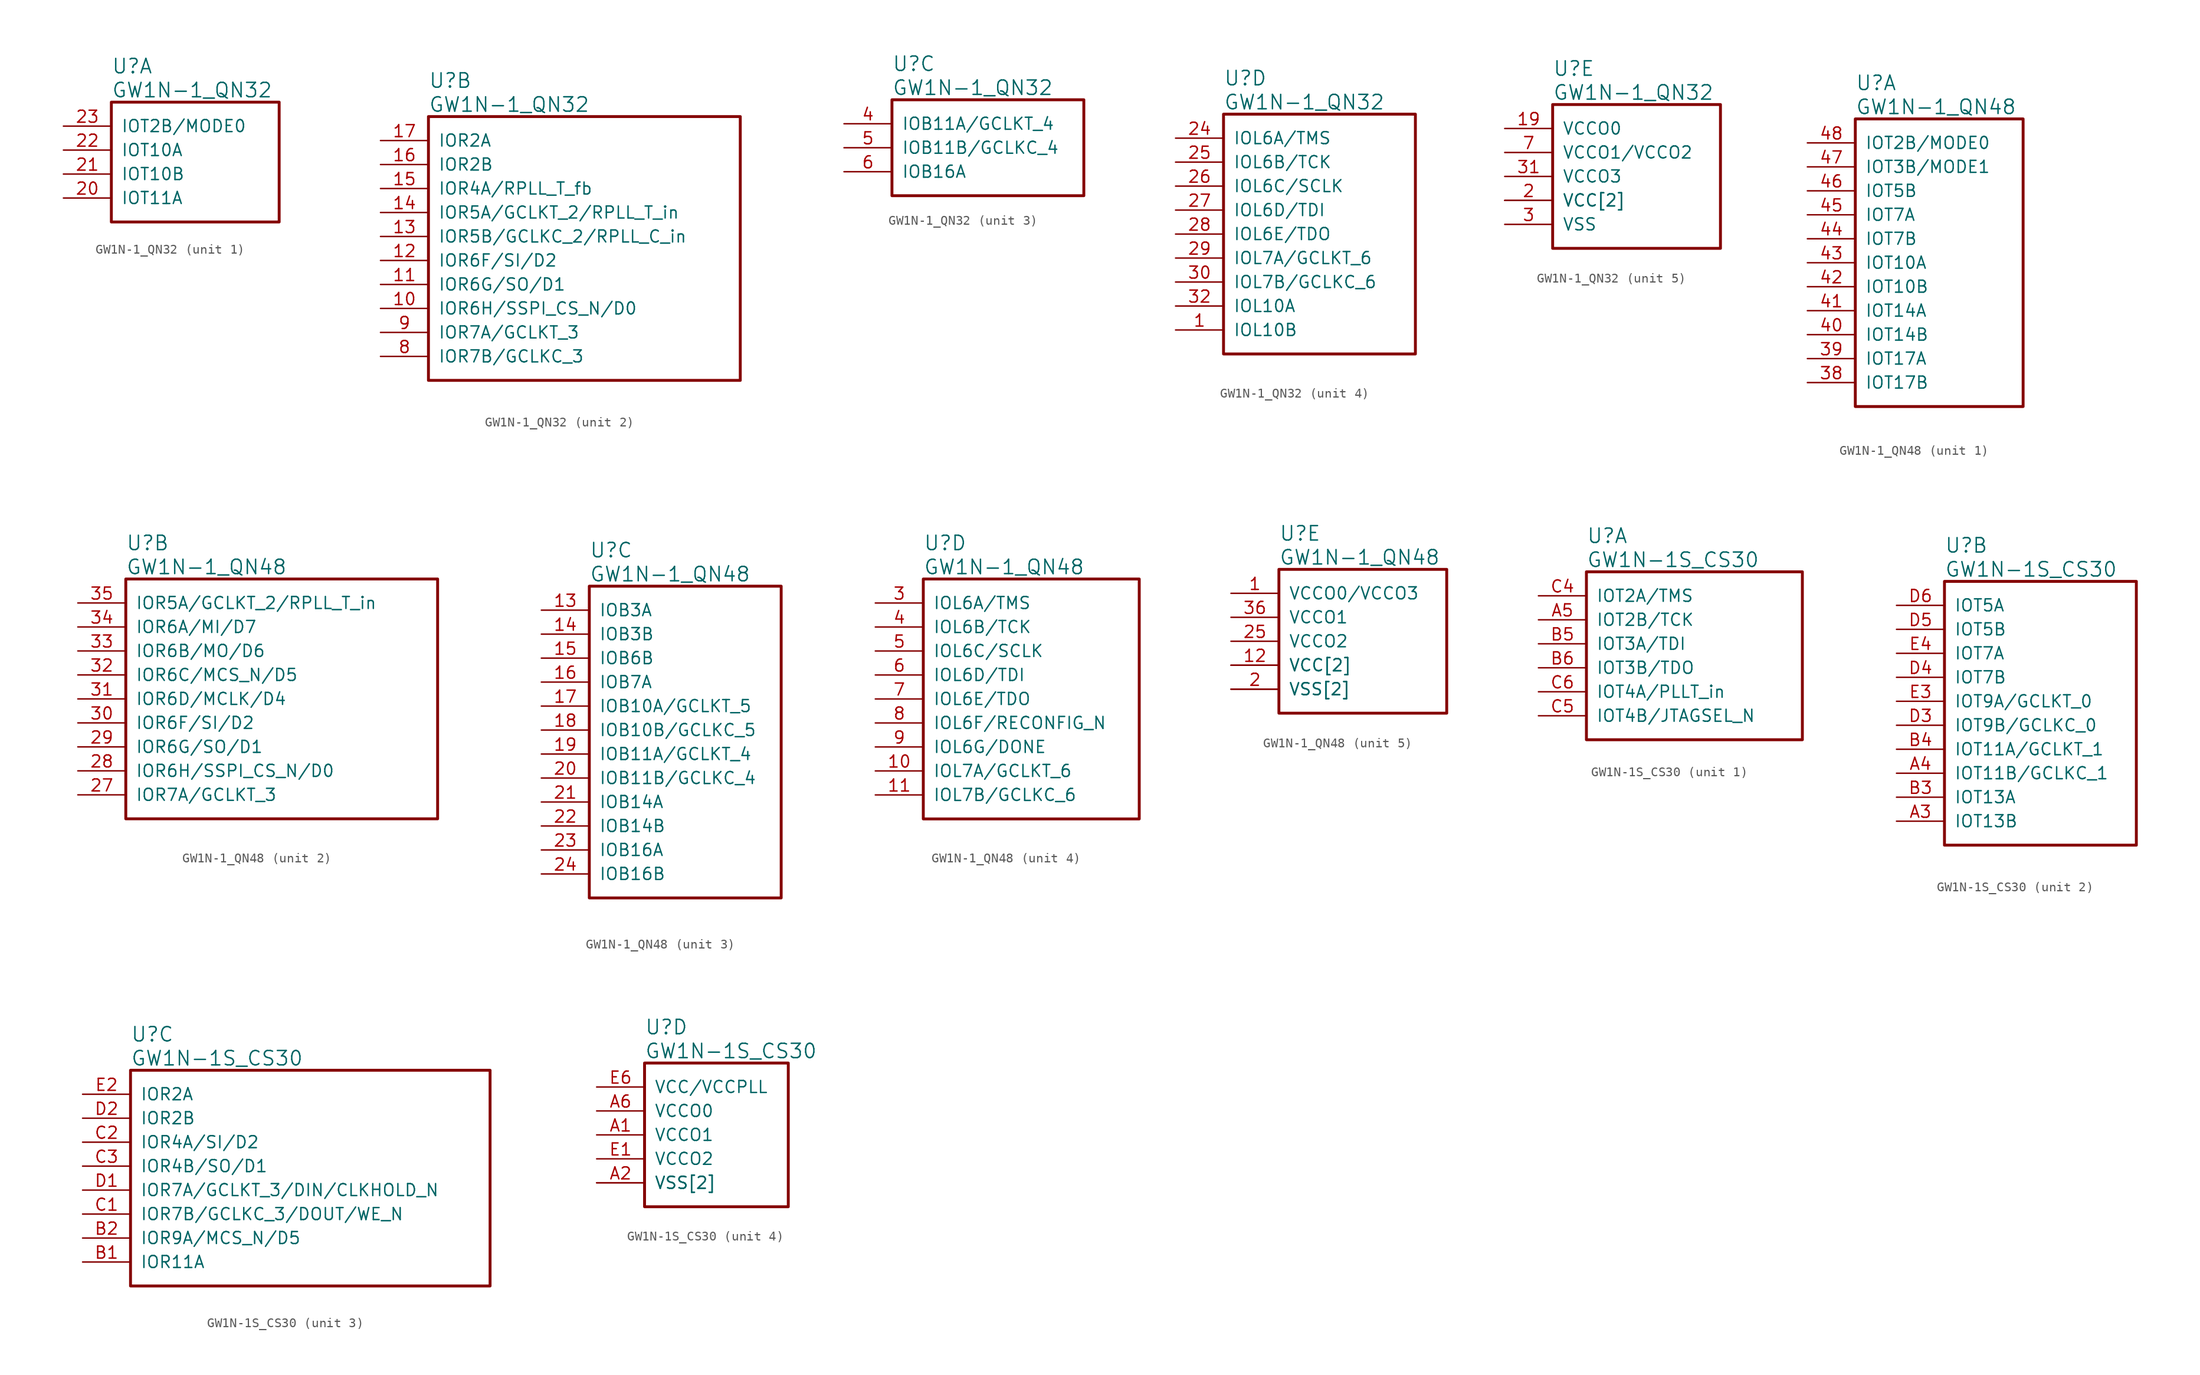
<source format=kicad_sym>
(kicad_symbol_lib
  (version 20241209)
  (generator "kicad_symbol_editor")
  (generator_version "9.0")
  (symbol "GW1N-1_QN32"
    (pin_names
      (offset 1.016))
    (property "Reference" "U"
      (at 5.08 6.35 0)
      (effects (font (size 1.524 1.524)) (justify left)))
    (property "Value" "GW1N-1_QN32"
      (at 5.08 3.81 0)
      (effects (font (size 1.524 1.524)) (justify left)))
    (property "ki_locked" ""
      (at 0 0 0)
      (effects (font (size 1.27 1.27))))
    (symbol "GW1N-1_QN32_1_1"
      (rectangle (start 5.08 2.54) (end 22.86 -10.16) (stroke (width 0.305) (type solid)) (fill (type none)))
      (pin bidirectional line (at 0 0 0) (length 5.08) (name "IOT2B/MODE0" (effects (font (size 1.27 1.27)))) (number "23" (effects (font (size 1.27 1.27)))))
      (pin bidirectional line (at 0 -2.54 0) (length 5.08) (name "IOT10A" (effects (font (size 1.27 1.27)))) (number "22" (effects (font (size 1.27 1.27)))))
      (pin bidirectional line (at 0 -5.08 0) (length 5.08) (name "IOT10B" (effects (font (size 1.27 1.27)))) (number "21" (effects (font (size 1.27 1.27)))))
      (pin bidirectional line (at 0 -7.62 0) (length 5.08) (name "IOT11A" (effects (font (size 1.27 1.27)))) (number "20" (effects (font (size 1.27 1.27))))))
    (symbol "GW1N-1_QN32_2_1"
      (rectangle (start 5.08 2.54) (end 38.1 -25.4) (stroke (width 0.305) (type solid)) (fill (type none)))
      (pin bidirectional line (at 0 0 0) (length 5.08) (name "IOR2A" (effects (font (size 1.27 1.27)))) (number "17" (effects (font (size 1.27 1.27)))))
      (pin bidirectional line (at 0 -2.54 0) (length 5.08) (name "IOR2B" (effects (font (size 1.27 1.27)))) (number "16" (effects (font (size 1.27 1.27)))))
      (pin bidirectional line (at 0 -5.08 0) (length 5.08) (name "IOR4A/RPLL_T_fb" (effects (font (size 1.27 1.27)))) (number "15" (effects (font (size 1.27 1.27)))))
      (pin bidirectional line (at 0 -7.62 0) (length 5.08) (name "IOR5A/GCLKT_2/RPLL_T_in" (effects (font (size 1.27 1.27)))) (number "14" (effects (font (size 1.27 1.27)))))
      (pin bidirectional line (at 0 -10.16 0) (length 5.08) (name "IOR5B/GCLKC_2/RPLL_C_in" (effects (font (size 1.27 1.27)))) (number "13" (effects (font (size 1.27 1.27)))))
      (pin bidirectional line (at 0 -12.7 0) (length 5.08) (name "IOR6F/SI/D2" (effects (font (size 1.27 1.27)))) (number "12" (effects (font (size 1.27 1.27)))))
      (pin bidirectional line (at 0 -15.24 0) (length 5.08) (name "IOR6G/SO/D1" (effects (font (size 1.27 1.27)))) (number "11" (effects (font (size 1.27 1.27)))))
      (pin bidirectional line (at 0 -17.78 0) (length 5.08) (name "IOR6H/SSPI_CS_N/D0" (effects (font (size 1.27 1.27)))) (number "10" (effects (font (size 1.27 1.27)))))
      (pin bidirectional line (at 0 -20.32 0) (length 5.08) (name "IOR7A/GCLKT_3" (effects (font (size 1.27 1.27)))) (number "9" (effects (font (size 1.27 1.27)))))
      (pin bidirectional line (at 0 -22.86 0) (length 5.08) (name "IOR7B/GCLKC_3" (effects (font (size 1.27 1.27)))) (number "8" (effects (font (size 1.27 1.27))))))
    (symbol "GW1N-1_QN32_3_1"
      (rectangle (start 5.08 2.54) (end 25.4 -7.62) (stroke (width 0.305) (type solid)) (fill (type none)))
      (pin bidirectional line (at 0 0 0) (length 5.08) (name "IOB11A/GCLKT_4" (effects (font (size 1.27 1.27)))) (number "4" (effects (font (size 1.27 1.27)))))
      (pin bidirectional line (at 0 -2.54 0) (length 5.08) (name "IOB11B/GCLKC_4" (effects (font (size 1.27 1.27)))) (number "5" (effects (font (size 1.27 1.27)))))
      (pin bidirectional line (at 0 -5.08 0) (length 5.08) (name "IOB16A" (effects (font (size 1.27 1.27)))) (number "6" (effects (font (size 1.27 1.27))))))
    (symbol "GW1N-1_QN32_4_1"
      (rectangle (start 5.08 2.54) (end 25.4 -22.86) (stroke (width 0.305) (type solid)) (fill (type none)))
      (pin bidirectional line (at 0 0 0) (length 5.08) (name "IOL6A/TMS" (effects (font (size 1.27 1.27)))) (number "24" (effects (font (size 1.27 1.27)))))
      (pin bidirectional line (at 0 -2.54 0) (length 5.08) (name "IOL6B/TCK" (effects (font (size 1.27 1.27)))) (number "25" (effects (font (size 1.27 1.27)))))
      (pin bidirectional line (at 0 -5.08 0) (length 5.08) (name "IOL6C/SCLK" (effects (font (size 1.27 1.27)))) (number "26" (effects (font (size 1.27 1.27)))))
      (pin bidirectional line (at 0 -7.62 0) (length 5.08) (name "IOL6D/TDI" (effects (font (size 1.27 1.27)))) (number "27" (effects (font (size 1.27 1.27)))))
      (pin bidirectional line (at 0 -10.16 0) (length 5.08) (name "IOL6E/TDO" (effects (font (size 1.27 1.27)))) (number "28" (effects (font (size 1.27 1.27)))))
      (pin bidirectional line (at 0 -12.7 0) (length 5.08) (name "IOL7A/GCLKT_6" (effects (font (size 1.27 1.27)))) (number "29" (effects (font (size 1.27 1.27)))))
      (pin bidirectional line (at 0 -15.24 0) (length 5.08) (name "IOL7B/GCLKC_6" (effects (font (size 1.27 1.27)))) (number "30" (effects (font (size 1.27 1.27)))))
      (pin bidirectional line (at 0 -17.78 0) (length 5.08) (name "IOL10A" (effects (font (size 1.27 1.27)))) (number "32" (effects (font (size 1.27 1.27)))))
      (pin bidirectional line (at 0 -20.32 0) (length 5.08) (name "IOL10B" (effects (font (size 1.27 1.27)))) (number "1" (effects (font (size 1.27 1.27))))))
    (symbol "GW1N-1_QN32_5_1"
      (rectangle (start 5.08 2.54) (end 22.86 -12.7) (stroke (width 0.305) (type solid)) (fill (type none)))
      (pin power_in line (at 0 0 0) (length 5.08) (name "VCCO0" (effects (font (size 1.27 1.27)))) (number "19" (effects (font (size 1.27 1.27)))))
      (pin power_in line (at 0 -2.54 0) (length 5.08) (name "VCCO1/VCCO2" (effects (font (size 1.27 1.27)))) (number "7" (effects (font (size 1.27 1.27)))))
      (pin power_in line (at 0 -5.08 0) (length 5.08) (name "VCCO3" (effects (font (size 1.27 1.27)))) (number "31" (effects (font (size 1.27 1.27)))))
      (pin power_in line (at 0 -7.62 0) (length 5.08) (name "VCC[2]" (effects (font (size 1.27 1.27)))) (number "18" (effects (font (size 0 0)))))
      (pin power_in line (at 0 -7.62 0) (length 5.08) (name "VCC[2]" (effects (font (size 1.27 1.27)))) (number "2" (effects (font (size 1.27 1.27)))))
      (pin power_in line (at 0 -10.16 0) (length 5.08) (name "VSS" (effects (font (size 1.27 1.27)))) (number "3" (effects (font (size 1.27 1.27)))))))
  (symbol "GW1N-1_QN48"
    (pin_names
      (offset 1.016))
    (property "Reference" "U"
      (at 5.08 6.35 0)
      (effects (font (size 1.524 1.524)) (justify left)))
    (property "Value" "GW1N-1_QN48"
      (at 5.08 3.81 0)
      (effects (font (size 1.524 1.524)) (justify left)))
    (property "ki_locked" ""
      (at 0 0 0)
      (effects (font (size 1.27 1.27))))
    (symbol "GW1N-1_QN48_1_1"
      (rectangle (start 5.08 2.54) (end 22.86 -27.94) (stroke (width 0.305) (type solid)) (fill (type none)))
      (pin bidirectional line (at 0 0 0) (length 5.08) (name "IOT2B/MODE0" (effects (font (size 1.27 1.27)))) (number "48" (effects (font (size 1.27 1.27)))))
      (pin bidirectional line (at 0 -2.54 0) (length 5.08) (name "IOT3B/MODE1" (effects (font (size 1.27 1.27)))) (number "47" (effects (font (size 1.27 1.27)))))
      (pin bidirectional line (at 0 -5.08 0) (length 5.08) (name "IOT5B" (effects (font (size 1.27 1.27)))) (number "46" (effects (font (size 1.27 1.27)))))
      (pin bidirectional line (at 0 -7.62 0) (length 5.08) (name "IOT7A" (effects (font (size 1.27 1.27)))) (number "45" (effects (font (size 1.27 1.27)))))
      (pin bidirectional line (at 0 -10.16 0) (length 5.08) (name "IOT7B" (effects (font (size 1.27 1.27)))) (number "44" (effects (font (size 1.27 1.27)))))
      (pin bidirectional line (at 0 -12.7 0) (length 5.08) (name "IOT10A" (effects (font (size 1.27 1.27)))) (number "43" (effects (font (size 1.27 1.27)))))
      (pin bidirectional line (at 0 -15.24 0) (length 5.08) (name "IOT10B" (effects (font (size 1.27 1.27)))) (number "42" (effects (font (size 1.27 1.27)))))
      (pin bidirectional line (at 0 -17.78 0) (length 5.08) (name "IOT14A" (effects (font (size 1.27 1.27)))) (number "41" (effects (font (size 1.27 1.27)))))
      (pin bidirectional line (at 0 -20.32 0) (length 5.08) (name "IOT14B" (effects (font (size 1.27 1.27)))) (number "40" (effects (font (size 1.27 1.27)))))
      (pin bidirectional line (at 0 -22.86 0) (length 5.08) (name "IOT17A" (effects (font (size 1.27 1.27)))) (number "39" (effects (font (size 1.27 1.27)))))
      (pin bidirectional line (at 0 -25.4 0) (length 5.08) (name "IOT17B" (effects (font (size 1.27 1.27)))) (number "38" (effects (font (size 1.27 1.27))))))
    (symbol "GW1N-1_QN48_2_1"
      (rectangle (start 5.08 2.54) (end 38.1 -22.86) (stroke (width 0.305) (type solid)) (fill (type none)))
      (pin bidirectional line (at 0 0 0) (length 5.08) (name "IOR5A/GCLKT_2/RPLL_T_in" (effects (font (size 1.27 1.27)))) (number "35" (effects (font (size 1.27 1.27)))))
      (pin bidirectional line (at 0 -2.54 0) (length 5.08) (name "IOR6A/MI/D7" (effects (font (size 1.27 1.27)))) (number "34" (effects (font (size 1.27 1.27)))))
      (pin bidirectional line (at 0 -5.08 0) (length 5.08) (name "IOR6B/MO/D6" (effects (font (size 1.27 1.27)))) (number "33" (effects (font (size 1.27 1.27)))))
      (pin bidirectional line (at 0 -7.62 0) (length 5.08) (name "IOR6C/MCS_N/D5" (effects (font (size 1.27 1.27)))) (number "32" (effects (font (size 1.27 1.27)))))
      (pin bidirectional line (at 0 -10.16 0) (length 5.08) (name "IOR6D/MCLK/D4" (effects (font (size 1.27 1.27)))) (number "31" (effects (font (size 1.27 1.27)))))
      (pin bidirectional line (at 0 -12.7 0) (length 5.08) (name "IOR6F/SI/D2" (effects (font (size 1.27 1.27)))) (number "30" (effects (font (size 1.27 1.27)))))
      (pin bidirectional line (at 0 -15.24 0) (length 5.08) (name "IOR6G/SO/D1" (effects (font (size 1.27 1.27)))) (number "29" (effects (font (size 1.27 1.27)))))
      (pin bidirectional line (at 0 -17.78 0) (length 5.08) (name "IOR6H/SSPI_CS_N/D0" (effects (font (size 1.27 1.27)))) (number "28" (effects (font (size 1.27 1.27)))))
      (pin bidirectional line (at 0 -20.32 0) (length 5.08) (name "IOR7A/GCLKT_3" (effects (font (size 1.27 1.27)))) (number "27" (effects (font (size 1.27 1.27))))))
    (symbol "GW1N-1_QN48_3_1"
      (rectangle (start 5.08 2.54) (end 25.4 -30.48) (stroke (width 0.305) (type solid)) (fill (type none)))
      (pin bidirectional line (at 0 0 0) (length 5.08) (name "IOB3A" (effects (font (size 1.27 1.27)))) (number "13" (effects (font (size 1.27 1.27)))))
      (pin bidirectional line (at 0 -2.54 0) (length 5.08) (name "IOB3B" (effects (font (size 1.27 1.27)))) (number "14" (effects (font (size 1.27 1.27)))))
      (pin bidirectional line (at 0 -5.08 0) (length 5.08) (name "IOB6B" (effects (font (size 1.27 1.27)))) (number "15" (effects (font (size 1.27 1.27)))))
      (pin bidirectional line (at 0 -7.62 0) (length 5.08) (name "IOB7A" (effects (font (size 1.27 1.27)))) (number "16" (effects (font (size 1.27 1.27)))))
      (pin bidirectional line (at 0 -10.16 0) (length 5.08) (name "IOB10A/GCLKT_5" (effects (font (size 1.27 1.27)))) (number "17" (effects (font (size 1.27 1.27)))))
      (pin bidirectional line (at 0 -12.7 0) (length 5.08) (name "IOB10B/GCLKC_5" (effects (font (size 1.27 1.27)))) (number "18" (effects (font (size 1.27 1.27)))))
      (pin bidirectional line (at 0 -15.24 0) (length 5.08) (name "IOB11A/GCLKT_4" (effects (font (size 1.27 1.27)))) (number "19" (effects (font (size 1.27 1.27)))))
      (pin bidirectional line (at 0 -17.78 0) (length 5.08) (name "IOB11B/GCLKC_4" (effects (font (size 1.27 1.27)))) (number "20" (effects (font (size 1.27 1.27)))))
      (pin bidirectional line (at 0 -20.32 0) (length 5.08) (name "IOB14A" (effects (font (size 1.27 1.27)))) (number "21" (effects (font (size 1.27 1.27)))))
      (pin bidirectional line (at 0 -22.86 0) (length 5.08) (name "IOB14B" (effects (font (size 1.27 1.27)))) (number "22" (effects (font (size 1.27 1.27)))))
      (pin bidirectional line (at 0 -25.4 0) (length 5.08) (name "IOB16A" (effects (font (size 1.27 1.27)))) (number "23" (effects (font (size 1.27 1.27)))))
      (pin bidirectional line (at 0 -27.94 0) (length 5.08) (name "IOB16B" (effects (font (size 1.27 1.27)))) (number "24" (effects (font (size 1.27 1.27))))))
    (symbol "GW1N-1_QN48_4_1"
      (rectangle (start 5.08 2.54) (end 27.94 -22.86) (stroke (width 0.305) (type solid)) (fill (type none)))
      (pin bidirectional line (at 0 0 0) (length 5.08) (name "IOL6A/TMS" (effects (font (size 1.27 1.27)))) (number "3" (effects (font (size 1.27 1.27)))))
      (pin bidirectional line (at 0 -2.54 0) (length 5.08) (name "IOL6B/TCK" (effects (font (size 1.27 1.27)))) (number "4" (effects (font (size 1.27 1.27)))))
      (pin bidirectional line (at 0 -5.08 0) (length 5.08) (name "IOL6C/SCLK" (effects (font (size 1.27 1.27)))) (number "5" (effects (font (size 1.27 1.27)))))
      (pin bidirectional line (at 0 -7.62 0) (length 5.08) (name "IOL6D/TDI" (effects (font (size 1.27 1.27)))) (number "6" (effects (font (size 1.27 1.27)))))
      (pin bidirectional line (at 0 -10.16 0) (length 5.08) (name "IOL6E/TDO" (effects (font (size 1.27 1.27)))) (number "7" (effects (font (size 1.27 1.27)))))
      (pin bidirectional line (at 0 -12.7 0) (length 5.08) (name "IOL6F/RECONFIG_N" (effects (font (size 1.27 1.27)))) (number "8" (effects (font (size 1.27 1.27)))))
      (pin bidirectional line (at 0 -15.24 0) (length 5.08) (name "IOL6G/DONE" (effects (font (size 1.27 1.27)))) (number "9" (effects (font (size 1.27 1.27)))))
      (pin bidirectional line (at 0 -17.78 0) (length 5.08) (name "IOL7A/GCLKT_6" (effects (font (size 1.27 1.27)))) (number "10" (effects (font (size 1.27 1.27)))))
      (pin bidirectional line (at 0 -20.32 0) (length 5.08) (name "IOL7B/GCLKC_6" (effects (font (size 1.27 1.27)))) (number "11" (effects (font (size 1.27 1.27))))))
    (symbol "GW1N-1_QN48_5_1"
      (rectangle (start 5.08 2.54) (end 22.86 -12.7) (stroke (width 0.305) (type solid)) (fill (type none)))
      (pin power_in line (at 0 0 0) (length 5.08) (name "VCCO0/VCCO3" (effects (font (size 1.27 1.27)))) (number "1" (effects (font (size 1.27 1.27)))))
      (pin power_in line (at 0 -2.54 0) (length 5.08) (name "VCCO1" (effects (font (size 1.27 1.27)))) (number "36" (effects (font (size 1.27 1.27)))))
      (pin power_in line (at 0 -5.08 0) (length 5.08) (name "VCCO2" (effects (font (size 1.27 1.27)))) (number "25" (effects (font (size 1.27 1.27)))))
      (pin power_in line (at 0 -7.62 0) (length 5.08) (name "VCC[2]" (effects (font (size 1.27 1.27)))) (number "12" (effects (font (size 1.27 1.27)))))
      (pin power_in line (at 0 -7.62 0) (length 5.08) (name "VCC[2]" (effects (font (size 1.27 1.27)))) (number "37" (effects (font (size 0 0)))))
      (pin power_in line (at 0 -10.16 0) (length 5.08) (name "VSS[2]" (effects (font (size 1.27 1.27)))) (number "2" (effects (font (size 1.27 1.27)))))
      (pin power_in line (at 0 -10.16 0) (length 5.08) (name "VSS[2]" (effects (font (size 1.27 1.27)))) (number "26" (effects (font (size 0 0)))))))
  (symbol "GW1N-1S_CS30"
    (pin_names
      (offset 1.016))
    (property "Reference" "U"
      (at 5.08 6.35 0)
      (effects (font (size 1.524 1.524)) (justify left)))
    (property "Value" "GW1N-1S_CS30"
      (at 5.08 3.81 0)
      (effects (font (size 1.524 1.524)) (justify left)))
    (property "ki_locked" ""
      (at 0 0 0)
      (effects (font (size 1.27 1.27))))
    (symbol "GW1N-1S_CS30_1_1"
      (rectangle (start 5.08 2.54) (end 27.94 -15.24) (stroke (width 0.305) (type solid)) (fill (type none)))
      (pin bidirectional line (at 0 0 0) (length 5.08) (name "IOT2A/TMS" (effects (font (size 1.27 1.27)))) (number "C4" (effects (font (size 1.27 1.27)))))
      (pin bidirectional line (at 0 -2.54 0) (length 5.08) (name "IOT2B/TCK" (effects (font (size 1.27 1.27)))) (number "A5" (effects (font (size 1.27 1.27)))))
      (pin bidirectional line (at 0 -5.08 0) (length 5.08) (name "IOT3A/TDI" (effects (font (size 1.27 1.27)))) (number "B5" (effects (font (size 1.27 1.27)))))
      (pin bidirectional line (at 0 -7.62 0) (length 5.08) (name "IOT3B/TDO" (effects (font (size 1.27 1.27)))) (number "B6" (effects (font (size 1.27 1.27)))))
      (pin bidirectional line (at 0 -10.16 0) (length 5.08) (name "IOT4A/PLLT_in" (effects (font (size 1.27 1.27)))) (number "C6" (effects (font (size 1.27 1.27)))))
      (pin bidirectional line (at 0 -12.7 0) (length 5.08) (name "IOT4B/JTAGSEL_N" (effects (font (size 1.27 1.27)))) (number "C5" (effects (font (size 1.27 1.27))))))
    (symbol "GW1N-1S_CS30_2_1"
      (rectangle (start 5.08 2.54) (end 25.4 -25.4) (stroke (width 0.305) (type solid)) (fill (type none)))
      (pin bidirectional line (at 0 0 0) (length 5.08) (name "IOT5A" (effects (font (size 1.27 1.27)))) (number "D6" (effects (font (size 1.27 1.27)))))
      (pin bidirectional line (at 0 -2.54 0) (length 5.08) (name "IOT5B" (effects (font (size 1.27 1.27)))) (number "D5" (effects (font (size 1.27 1.27)))))
      (pin bidirectional line (at 0 -5.08 0) (length 5.08) (name "IOT7A" (effects (font (size 1.27 1.27)))) (number "E4" (effects (font (size 1.27 1.27)))))
      (pin bidirectional line (at 0 -7.62 0) (length 5.08) (name "IOT7B" (effects (font (size 1.27 1.27)))) (number "D4" (effects (font (size 1.27 1.27)))))
      (pin bidirectional line (at 0 -10.16 0) (length 5.08) (name "IOT9A/GCLKT_0" (effects (font (size 1.27 1.27)))) (number "E3" (effects (font (size 1.27 1.27)))))
      (pin bidirectional line (at 0 -12.7 0) (length 5.08) (name "IOT9B/GCLKC_0" (effects (font (size 1.27 1.27)))) (number "D3" (effects (font (size 1.27 1.27)))))
      (pin bidirectional line (at 0 -15.24 0) (length 5.08) (name "IOT11A/GCLKT_1" (effects (font (size 1.27 1.27)))) (number "B4" (effects (font (size 1.27 1.27)))))
      (pin bidirectional line (at 0 -17.78 0) (length 5.08) (name "IOT11B/GCLKC_1" (effects (font (size 1.27 1.27)))) (number "A4" (effects (font (size 1.27 1.27)))))
      (pin bidirectional line (at 0 -20.32 0) (length 5.08) (name "IOT13A" (effects (font (size 1.27 1.27)))) (number "B3" (effects (font (size 1.27 1.27)))))
      (pin bidirectional line (at 0 -22.86 0) (length 5.08) (name "IOT13B" (effects (font (size 1.27 1.27)))) (number "A3" (effects (font (size 1.27 1.27))))))
    (symbol "GW1N-1S_CS30_3_1"
      (rectangle (start 5.08 2.54) (end 43.18 -20.32) (stroke (width 0.305) (type solid)) (fill (type none)))
      (pin bidirectional line (at 0 0 0) (length 5.08) (name "IOR2A" (effects (font (size 1.27 1.27)))) (number "E2" (effects (font (size 1.27 1.27)))))
      (pin bidirectional line (at 0 -2.54 0) (length 5.08) (name "IOR2B" (effects (font (size 1.27 1.27)))) (number "D2" (effects (font (size 1.27 1.27)))))
      (pin bidirectional line (at 0 -5.08 0) (length 5.08) (name "IOR4A/SI/D2" (effects (font (size 1.27 1.27)))) (number "C2" (effects (font (size 1.27 1.27)))))
      (pin bidirectional line (at 0 -7.62 0) (length 5.08) (name "IOR4B/SO/D1" (effects (font (size 1.27 1.27)))) (number "C3" (effects (font (size 1.27 1.27)))))
      (pin bidirectional line (at 0 -10.16 0) (length 5.08) (name "IOR7A/GCLKT_3/DIN/CLKHOLD_N" (effects (font (size 1.27 1.27)))) (number "D1" (effects (font (size 1.27 1.27)))))
      (pin bidirectional line (at 0 -12.7 0) (length 5.08) (name "IOR7B/GCLKC_3/DOUT/WE_N" (effects (font (size 1.27 1.27)))) (number "C1" (effects (font (size 1.27 1.27)))))
      (pin bidirectional line (at 0 -15.24 0) (length 5.08) (name "IOR9A/MCS_N/D5" (effects (font (size 1.27 1.27)))) (number "B2" (effects (font (size 1.27 1.27)))))
      (pin bidirectional line (at 0 -17.78 0) (length 5.08) (name "IOR11A" (effects (font (size 1.27 1.27)))) (number "B1" (effects (font (size 1.27 1.27))))))
    (symbol "GW1N-1S_CS30_4_1"
      (rectangle (start 5.08 2.54) (end 20.32 -12.7) (stroke (width 0.305) (type solid)) (fill (type none)))
      (pin power_in line (at 0 0 0) (length 5.08) (name "VCC/VCCPLL" (effects (font (size 1.27 1.27)))) (number "E6" (effects (font (size 1.27 1.27)))))
      (pin power_in line (at 0 -2.54 0) (length 5.08) (name "VCCO0" (effects (font (size 1.27 1.27)))) (number "A6" (effects (font (size 1.27 1.27)))))
      (pin power_in line (at 0 -5.08 0) (length 5.08) (name "VCCO1" (effects (font (size 1.27 1.27)))) (number "A1" (effects (font (size 1.27 1.27)))))
      (pin power_in line (at 0 -7.62 0) (length 5.08) (name "VCCO2" (effects (font (size 1.27 1.27)))) (number "E1" (effects (font (size 1.27 1.27)))))
      (pin power_in line (at 0 -10.16 0) (length 5.08) (name "VSS[2]" (effects (font (size 1.27 1.27)))) (number "A2" (effects (font (size 1.27 1.27)))))
      (pin power_in line (at 0 -10.16 0) (length 5.08) (name "VSS[2]" (effects (font (size 1.27 1.27)))) (number "E5" (effects (font (size 0 0))))))))
</source>
